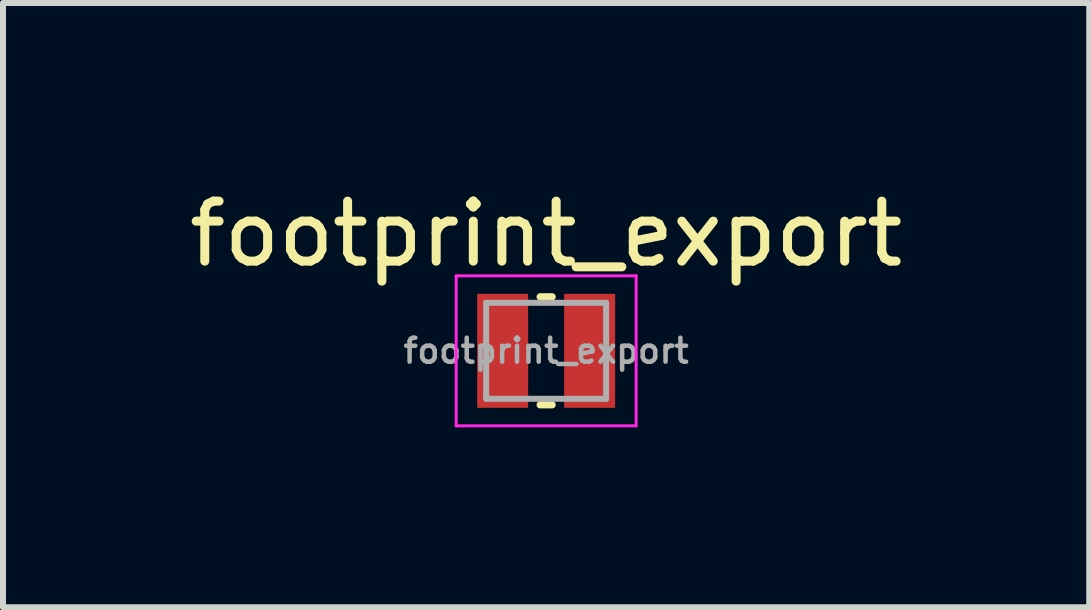
<source format=kicad_pcb>
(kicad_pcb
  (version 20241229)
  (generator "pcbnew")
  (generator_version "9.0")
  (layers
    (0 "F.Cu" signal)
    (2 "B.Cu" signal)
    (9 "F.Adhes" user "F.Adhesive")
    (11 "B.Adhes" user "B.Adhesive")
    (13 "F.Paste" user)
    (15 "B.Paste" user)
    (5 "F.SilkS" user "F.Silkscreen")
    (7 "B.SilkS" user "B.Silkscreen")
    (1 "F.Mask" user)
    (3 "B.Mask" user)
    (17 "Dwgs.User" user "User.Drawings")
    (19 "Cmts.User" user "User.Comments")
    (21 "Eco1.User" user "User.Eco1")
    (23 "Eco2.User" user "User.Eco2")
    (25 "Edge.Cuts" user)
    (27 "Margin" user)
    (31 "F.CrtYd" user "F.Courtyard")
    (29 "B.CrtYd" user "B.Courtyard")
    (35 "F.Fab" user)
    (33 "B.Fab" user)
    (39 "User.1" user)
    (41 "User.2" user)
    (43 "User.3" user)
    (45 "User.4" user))
  (footprint "footprint_export"
    (layer "F.Cu")
    (at 6.054 2.798)
    (property "Reference" "footprint_export" (at 0 -1.95 0) (layer "F.SilkS") (effects (font (size 1 1) (thickness 0.15))))
    (attr smd)
    (fp_line (start -0.1 -0.9) (end 0.1 -0.9) (stroke (width 0.12) (type solid)) (layer "F.SilkS"))
    (fp_line (start -0.1 0.9) (end 0.1 0.9) (stroke (width 0.12) (type solid)) (layer "F.SilkS"))
    (fp_line (start -1.5 -1.25) (end -1.5 1.25) (stroke (width 0.05) (type solid)) (layer "F.CrtYd"))
    (fp_line (start -1.5 1.25) (end 1.5 1.25) (stroke (width 0.05) (type solid)) (layer "F.CrtYd"))
    (fp_line (start 1.5 -1.25) (end -1.5 -1.25) (stroke (width 0.05) (type solid)) (layer "F.CrtYd"))
    (fp_line (start 1.5 1.25) (end 1.5 -1.25) (stroke (width 0.05) (type solid)) (layer "F.CrtYd"))
    (fp_line (start -1 -0.8) (end -1 0.8) (stroke (width 0.1) (type solid)) (layer "F.Fab"))
    (fp_line (start -1 0.8) (end 1 0.8) (stroke (width 0.1) (type solid)) (layer "F.Fab"))
    (fp_line (start 1 -0.8) (end -1 -0.8) (stroke (width 0.1) (type solid)) (layer "F.Fab"))
    (fp_line (start 1 0.8) (end 1 -0.8) (stroke (width 0.1) (type solid)) (layer "F.Fab"))
    (fp_text user "${REFERENCE}" (at 0 0 0) (layer "F.Fab") (effects (font (size 0.4 0.4) (thickness 0.075))))
    (pad "1" smd rect (at -0.725 0) (size 0.85 1.9) (layers "F.Cu" "F.Mask" "F.Paste"))
    (pad "2" smd rect (at 0.725 0) (size 0.85 1.9) (layers "F.Cu" "F.Mask" "F.Paste")))
  (gr_rect
    (start -3 -3)
    (end 15.107 7.073)
    (stroke (width 0.1) (type default))
    (fill no)
    (layer "Edge.Cuts")))
</source>
